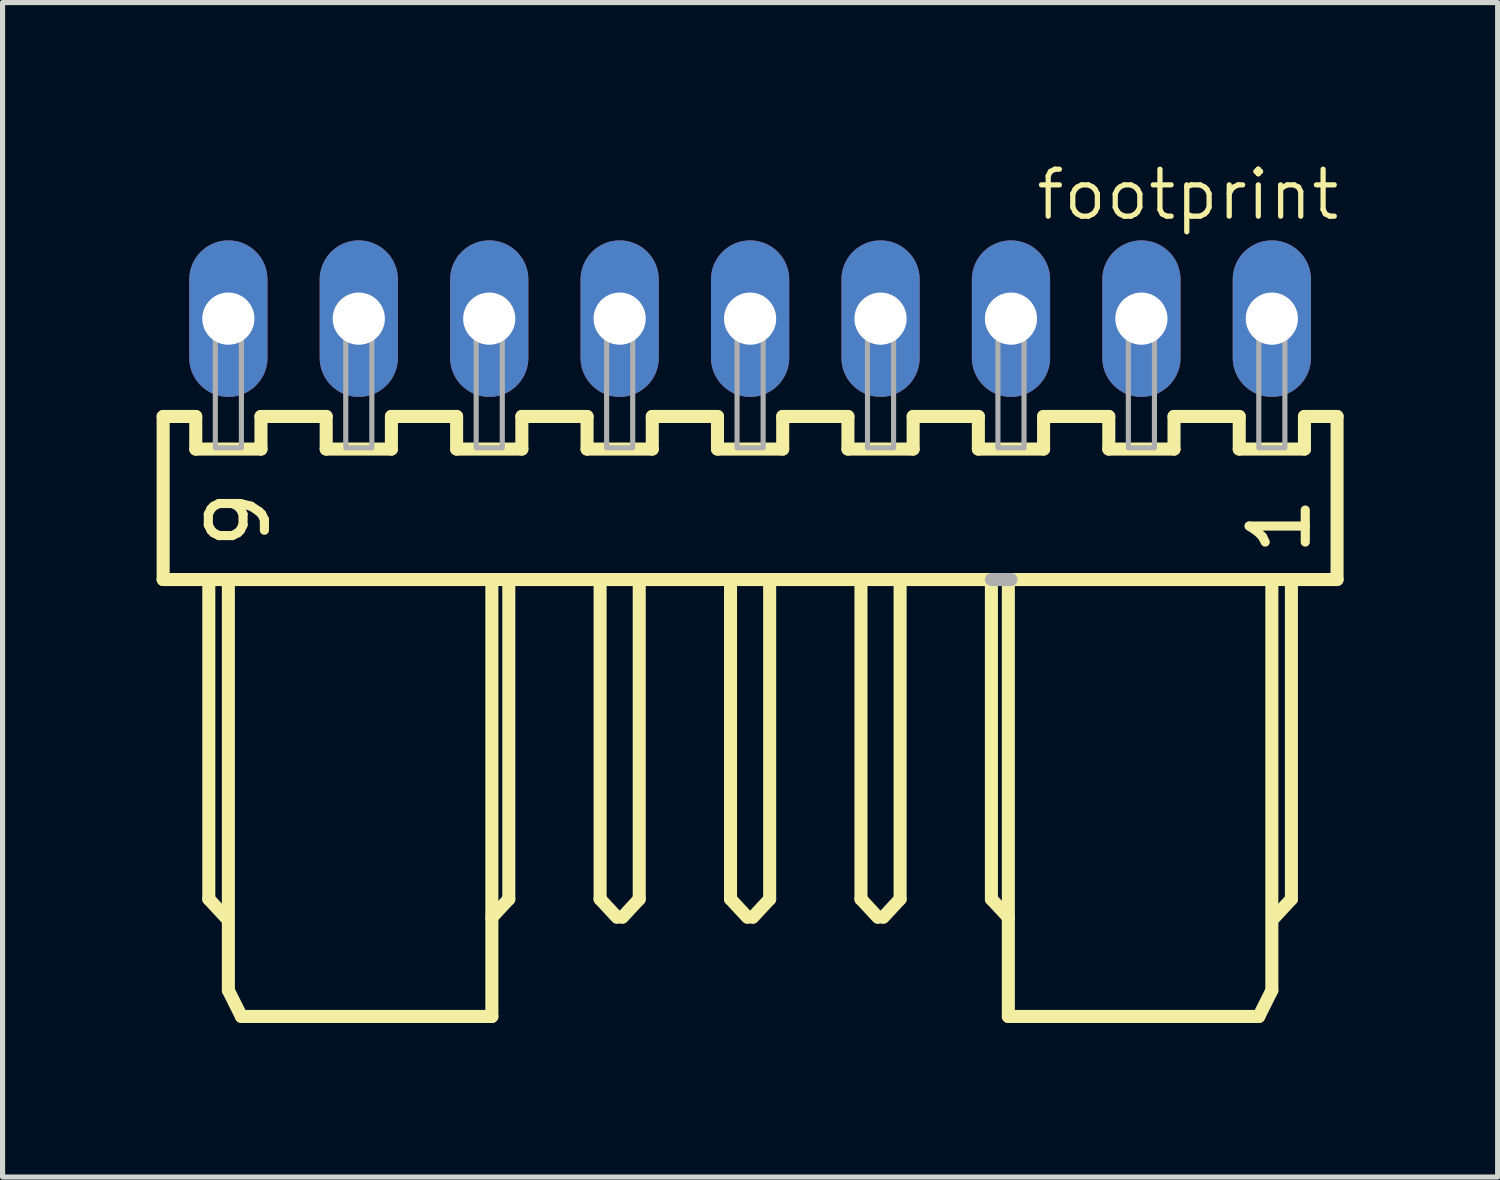
<source format=kicad_pcb>
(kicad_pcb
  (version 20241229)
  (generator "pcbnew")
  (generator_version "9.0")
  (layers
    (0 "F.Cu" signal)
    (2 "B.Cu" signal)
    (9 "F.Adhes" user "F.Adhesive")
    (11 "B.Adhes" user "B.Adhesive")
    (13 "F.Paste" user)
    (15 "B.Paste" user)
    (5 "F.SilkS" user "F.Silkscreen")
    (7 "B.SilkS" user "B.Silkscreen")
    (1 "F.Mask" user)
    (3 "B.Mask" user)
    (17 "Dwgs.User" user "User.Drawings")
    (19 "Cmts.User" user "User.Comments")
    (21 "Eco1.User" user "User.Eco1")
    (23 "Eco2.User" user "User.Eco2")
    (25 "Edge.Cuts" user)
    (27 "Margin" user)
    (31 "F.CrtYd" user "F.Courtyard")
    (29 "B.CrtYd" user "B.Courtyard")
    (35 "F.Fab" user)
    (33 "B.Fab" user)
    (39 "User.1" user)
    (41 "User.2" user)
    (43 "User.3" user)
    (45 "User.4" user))
  (footprint "footprint"
    (layer "F.Cu")
    (at 11.557 3.155)
    (property "Reference" "footprint" (at 11.53 -2.948 0) (layer "F.SilkS") (effects (font (size 0.914 0.914) (thickness 0.102)) (justify right top)))
    (fp_line (start -11.43 1.905) (end -11.43 5.08) (stroke (width 0.254) (type solid)) (layer "F.SilkS"))
    (fp_line (start -11.43 5.08) (end -10.541 5.08) (stroke (width 0.254) (type solid)) (layer "F.SilkS"))
    (fp_line (start -10.795 1.905) (end -11.43 1.905) (stroke (width 0.254) (type solid)) (layer "F.SilkS"))
    (fp_line (start -10.795 2.54) (end -10.795 1.905) (stroke (width 0.254) (type solid)) (layer "F.SilkS"))
    (fp_line (start -10.541 5.08) (end -10.541 11.303) (stroke (width 0.254) (type solid)) (layer "F.SilkS"))
    (fp_line (start -10.541 5.08) (end -2.921 5.08) (stroke (width 0.254) (type solid)) (layer "F.SilkS"))
    (fp_line (start -10.541 11.303) (end -10.211 11.659) (stroke (width 0.254) (type solid)) (layer "F.SilkS"))
    (fp_line (start -10.16 5.08) (end -10.16 13.081) (stroke (width 0.254) (type solid)) (layer "F.SilkS"))
    (fp_line (start -10.16 13.081) (end -9.906 13.589) (stroke (width 0.254) (type solid)) (layer "F.SilkS"))
    (fp_line (start -9.906 13.589) (end -5.029 13.589) (stroke (width 0.254) (type solid)) (layer "F.SilkS"))
    (fp_line (start -9.525 1.905) (end -9.525 2.54) (stroke (width 0.254) (type solid)) (layer "F.SilkS"))
    (fp_line (start -9.525 2.54) (end -10.795 2.54) (stroke (width 0.254) (type solid)) (layer "F.SilkS"))
    (fp_line (start -8.255 1.905) (end -9.525 1.905) (stroke (width 0.254) (type solid)) (layer "F.SilkS"))
    (fp_line (start -8.255 2.54) (end -8.255 1.905) (stroke (width 0.254) (type solid)) (layer "F.SilkS"))
    (fp_line (start -6.985 1.905) (end -6.985 2.54) (stroke (width 0.254) (type solid)) (layer "F.SilkS"))
    (fp_line (start -6.985 2.54) (end -8.255 2.54) (stroke (width 0.254) (type solid)) (layer "F.SilkS"))
    (fp_line (start -5.715 1.905) (end -6.985 1.905) (stroke (width 0.254) (type solid)) (layer "F.SilkS"))
    (fp_line (start -5.715 2.54) (end -5.715 1.905) (stroke (width 0.254) (type solid)) (layer "F.SilkS"))
    (fp_line (start -5.029 13.589) (end -5.029 5.08) (stroke (width 0.254) (type solid)) (layer "F.SilkS"))
    (fp_line (start -4.699 5.08) (end -4.699 11.303) (stroke (width 0.254) (type solid)) (layer "F.SilkS"))
    (fp_line (start -4.699 11.303) (end -5.029 11.659) (stroke (width 0.254) (type solid)) (layer "F.SilkS"))
    (fp_line (start -4.445 1.905) (end -4.445 2.54) (stroke (width 0.254) (type solid)) (layer "F.SilkS"))
    (fp_line (start -4.445 2.54) (end -5.715 2.54) (stroke (width 0.254) (type solid)) (layer "F.SilkS"))
    (fp_line (start -3.175 1.905) (end -4.445 1.905) (stroke (width 0.254) (type solid)) (layer "F.SilkS"))
    (fp_line (start -3.175 2.54) (end -3.175 1.905) (stroke (width 0.254) (type solid)) (layer "F.SilkS"))
    (fp_line (start -2.921 5.08) (end -2.921 11.303) (stroke (width 0.254) (type solid)) (layer "F.SilkS"))
    (fp_line (start -2.921 5.08) (end -0.381 5.08) (stroke (width 0.254) (type solid)) (layer "F.SilkS"))
    (fp_line (start -2.921 11.303) (end -2.591 11.659) (stroke (width 0.254) (type solid)) (layer "F.SilkS"))
    (fp_line (start -2.159 5.08) (end -2.159 11.303) (stroke (width 0.254) (type solid)) (layer "F.SilkS"))
    (fp_line (start -2.159 11.303) (end -2.489 11.659) (stroke (width 0.254) (type solid)) (layer "F.SilkS"))
    (fp_line (start -1.905 1.905) (end -1.905 2.54) (stroke (width 0.254) (type solid)) (layer "F.SilkS"))
    (fp_line (start -1.905 2.54) (end -3.175 2.54) (stroke (width 0.254) (type solid)) (layer "F.SilkS"))
    (fp_line (start -0.635 1.905) (end -1.905 1.905) (stroke (width 0.254) (type solid)) (layer "F.SilkS"))
    (fp_line (start -0.635 2.54) (end -0.635 1.905) (stroke (width 0.254) (type solid)) (layer "F.SilkS"))
    (fp_line (start -0.381 5.08) (end -0.381 11.303) (stroke (width 0.254) (type solid)) (layer "F.SilkS"))
    (fp_line (start -0.381 5.08) (end 2.159 5.08) (stroke (width 0.254) (type solid)) (layer "F.SilkS"))
    (fp_line (start -0.381 11.303) (end -0.051 11.659) (stroke (width 0.254) (type solid)) (layer "F.SilkS"))
    (fp_line (start 0.381 5.08) (end 0.381 11.303) (stroke (width 0.254) (type solid)) (layer "F.SilkS"))
    (fp_line (start 0.381 11.303) (end 0.051 11.659) (stroke (width 0.254) (type solid)) (layer "F.SilkS"))
    (fp_line (start 0.635 1.905) (end 0.635 2.54) (stroke (width 0.254) (type solid)) (layer "F.SilkS"))
    (fp_line (start 0.635 2.54) (end -0.635 2.54) (stroke (width 0.254) (type solid)) (layer "F.SilkS"))
    (fp_line (start 1.905 1.905) (end 0.635 1.905) (stroke (width 0.254) (type solid)) (layer "F.SilkS"))
    (fp_line (start 1.905 2.54) (end 1.905 1.905) (stroke (width 0.254) (type solid)) (layer "F.SilkS"))
    (fp_line (start 2.159 5.08) (end 2.159 11.303) (stroke (width 0.254) (type solid)) (layer "F.SilkS"))
    (fp_line (start 2.159 5.08) (end 4.699 5.08) (stroke (width 0.254) (type solid)) (layer "F.SilkS"))
    (fp_line (start 2.159 11.303) (end 2.489 11.659) (stroke (width 0.254) (type solid)) (layer "F.SilkS"))
    (fp_line (start 2.921 5.08) (end 2.921 11.303) (stroke (width 0.254) (type solid)) (layer "F.SilkS"))
    (fp_line (start 2.921 11.303) (end 2.591 11.659) (stroke (width 0.254) (type solid)) (layer "F.SilkS"))
    (fp_line (start 3.175 1.905) (end 3.175 2.54) (stroke (width 0.254) (type solid)) (layer "F.SilkS"))
    (fp_line (start 3.175 2.54) (end 1.905 2.54) (stroke (width 0.254) (type solid)) (layer "F.SilkS"))
    (fp_line (start 4.445 1.905) (end 3.175 1.905) (stroke (width 0.254) (type solid)) (layer "F.SilkS"))
    (fp_line (start 4.445 2.54) (end 4.445 1.905) (stroke (width 0.254) (type solid)) (layer "F.SilkS"))
    (fp_line (start 4.699 5.08) (end 4.699 11.303) (stroke (width 0.254) (type solid)) (layer "F.SilkS"))
    (fp_line (start 4.699 5.08) (end 5.029 5.08) (stroke (width 0.127) (type solid)) (layer "F.SilkS"))
    (fp_line (start 4.699 11.303) (end 5.029 11.659) (stroke (width 0.254) (type solid)) (layer "F.SilkS"))
    (fp_line (start 5.029 5.08) (end 10.16 5.08) (stroke (width 0.254) (type solid)) (layer "F.SilkS"))
    (fp_line (start 5.029 11.659) (end 5.029 5.08) (stroke (width 0.254) (type solid)) (layer "F.SilkS"))
    (fp_line (start 5.029 13.589) (end 5.029 11.659) (stroke (width 0.254) (type solid)) (layer "F.SilkS"))
    (fp_line (start 5.715 1.905) (end 5.715 2.54) (stroke (width 0.254) (type solid)) (layer "F.SilkS"))
    (fp_line (start 5.715 2.54) (end 4.445 2.54) (stroke (width 0.254) (type solid)) (layer "F.SilkS"))
    (fp_line (start 6.985 1.905) (end 5.715 1.905) (stroke (width 0.254) (type solid)) (layer "F.SilkS"))
    (fp_line (start 6.985 2.54) (end 6.985 1.905) (stroke (width 0.254) (type solid)) (layer "F.SilkS"))
    (fp_line (start 8.255 1.905) (end 8.255 2.54) (stroke (width 0.254) (type solid)) (layer "F.SilkS"))
    (fp_line (start 8.255 2.54) (end 6.985 2.54) (stroke (width 0.254) (type solid)) (layer "F.SilkS"))
    (fp_line (start 9.525 1.905) (end 8.255 1.905) (stroke (width 0.254) (type solid)) (layer "F.SilkS"))
    (fp_line (start 9.525 2.54) (end 9.525 1.905) (stroke (width 0.254) (type solid)) (layer "F.SilkS"))
    (fp_line (start 9.906 13.589) (end 5.029 13.589) (stroke (width 0.254) (type solid)) (layer "F.SilkS"))
    (fp_line (start 10.16 5.08) (end 10.16 13.081) (stroke (width 0.254) (type solid)) (layer "F.SilkS"))
    (fp_line (start 10.16 5.08) (end 11.43 5.08) (stroke (width 0.254) (type solid)) (layer "F.SilkS"))
    (fp_line (start 10.16 13.081) (end 9.906 13.589) (stroke (width 0.254) (type solid)) (layer "F.SilkS"))
    (fp_line (start 10.541 5.08) (end 10.541 11.303) (stroke (width 0.254) (type solid)) (layer "F.SilkS"))
    (fp_line (start 10.541 11.303) (end 10.211 11.659) (stroke (width 0.254) (type solid)) (layer "F.SilkS"))
    (fp_line (start 10.795 1.905) (end 10.795 2.54) (stroke (width 0.254) (type solid)) (layer "F.SilkS"))
    (fp_line (start 10.795 2.54) (end 9.525 2.54) (stroke (width 0.254) (type solid)) (layer "F.SilkS"))
    (fp_line (start 11.43 1.905) (end 10.795 1.905) (stroke (width 0.254) (type solid)) (layer "F.SilkS"))
    (fp_line (start 11.43 5.08) (end 11.43 1.905) (stroke (width 0.254) (type solid)) (layer "F.SilkS"))
    (fp_line (start 5.08 5.08) (end 4.699 5.08) (stroke (width 0.254) (type solid)) (layer "F.Fab"))
    (fp_poly (pts (xy -10.414 0.254) (xy -9.906 0.254) (xy -9.906 -0.254) (xy -10.414 -0.254)) (stroke (width 0.1) (type solid)) (fill no) (layer "F.Fab"))
    (fp_poly (pts (xy -10.414 2.515) (xy -9.906 2.515) (xy -9.906 0.279) (xy -10.414 0.279)) (stroke (width 0.1) (type solid)) (fill no) (layer "F.Fab"))
    (fp_poly (pts (xy -7.874 0.254) (xy -7.366 0.254) (xy -7.366 -0.254) (xy -7.874 -0.254)) (stroke (width 0.1) (type solid)) (fill no) (layer "F.Fab"))
    (fp_poly (pts (xy -7.874 2.515) (xy -7.366 2.515) (xy -7.366 0.279) (xy -7.874 0.279)) (stroke (width 0.1) (type solid)) (fill no) (layer "F.Fab"))
    (fp_poly (pts (xy -5.334 0.254) (xy -4.826 0.254) (xy -4.826 -0.254) (xy -5.334 -0.254)) (stroke (width 0.1) (type solid)) (fill no) (layer "F.Fab"))
    (fp_poly (pts (xy -5.334 2.515) (xy -4.826 2.515) (xy -4.826 0.279) (xy -5.334 0.279)) (stroke (width 0.1) (type solid)) (fill no) (layer "F.Fab"))
    (fp_poly (pts (xy -2.794 0.254) (xy -2.286 0.254) (xy -2.286 -0.254) (xy -2.794 -0.254)) (stroke (width 0.1) (type solid)) (fill no) (layer "F.Fab"))
    (fp_poly (pts (xy -2.794 2.515) (xy -2.286 2.515) (xy -2.286 0.279) (xy -2.794 0.279)) (stroke (width 0.1) (type solid)) (fill no) (layer "F.Fab"))
    (fp_poly (pts (xy -0.254 0.254) (xy 0.254 0.254) (xy 0.254 -0.254) (xy -0.254 -0.254)) (stroke (width 0.1) (type solid)) (fill no) (layer "F.Fab"))
    (fp_poly (pts (xy -0.254 2.515) (xy 0.254 2.515) (xy 0.254 0.279) (xy -0.254 0.279)) (stroke (width 0.1) (type solid)) (fill no) (layer "F.Fab"))
    (fp_poly (pts (xy 2.286 0.254) (xy 2.794 0.254) (xy 2.794 -0.254) (xy 2.286 -0.254)) (stroke (width 0.1) (type solid)) (fill no) (layer "F.Fab"))
    (fp_poly (pts (xy 2.286 2.515) (xy 2.794 2.515) (xy 2.794 0.279) (xy 2.286 0.279)) (stroke (width 0.1) (type solid)) (fill no) (layer "F.Fab"))
    (fp_poly (pts (xy 4.826 0.254) (xy 5.334 0.254) (xy 5.334 -0.254) (xy 4.826 -0.254)) (stroke (width 0.1) (type solid)) (fill no) (layer "F.Fab"))
    (fp_poly (pts (xy 4.826 2.515) (xy 5.334 2.515) (xy 5.334 0.279) (xy 4.826 0.279)) (stroke (width 0.1) (type solid)) (fill no) (layer "F.Fab"))
    (fp_poly (pts (xy 7.366 0.254) (xy 7.874 0.254) (xy 7.874 -0.254) (xy 7.366 -0.254)) (stroke (width 0.1) (type solid)) (fill no) (layer "F.Fab"))
    (fp_poly (pts (xy 7.366 2.515) (xy 7.874 2.515) (xy 7.874 0.279) (xy 7.366 0.279)) (stroke (width 0.1) (type solid)) (fill no) (layer "F.Fab"))
    (fp_poly (pts (xy 9.906 0.254) (xy 10.414 0.254) (xy 10.414 -0.254) (xy 9.906 -0.254)) (stroke (width 0.1) (type solid)) (fill no) (layer "F.Fab"))
    (fp_poly (pts (xy 9.906 2.515) (xy 10.414 2.515) (xy 10.414 0.279) (xy 9.906 0.279)) (stroke (width 0.1) (type solid)) (fill no) (layer "F.Fab"))
    (fp_text user "9" (at -10.593 3.275 90) (layer "F.SilkS") (effects (font (size 1.092 1.092) (thickness 0.178)) (justify right top)))
    (fp_text user "1" (at 9.676 3.402 90) (layer "F.SilkS") (effects (font (size 1.092 1.092) (thickness 0.178)) (justify right top)))
    (pad "1" thru_hole oval (at 10.16 0 90) (size 3.048 1.524) (drill 1.016) (layers "*.Cu" "*.Mask"))
    (pad "2" thru_hole oval (at 7.62 0 90) (size 3.048 1.524) (drill 1.016) (layers "*.Cu" "*.Mask"))
    (pad "3" thru_hole oval (at 5.08 0 90) (size 3.048 1.524) (drill 1.016) (layers "*.Cu" "*.Mask"))
    (pad "4" thru_hole oval (at 2.54 0 90) (size 3.048 1.524) (drill 1.016) (layers "*.Cu" "*.Mask"))
    (pad "5" thru_hole oval (at 0 0 90) (size 3.048 1.524) (drill 1.016) (layers "*.Cu" "*.Mask"))
    (pad "6" thru_hole oval (at -2.54 0 90) (size 3.048 1.524) (drill 1.016) (layers "*.Cu" "*.Mask"))
    (pad "7" thru_hole oval (at -5.08 0 90) (size 3.048 1.524) (drill 1.016) (layers "*.Cu" "*.Mask"))
    (pad "8" thru_hole oval (at -7.62 0 90) (size 3.048 1.524) (drill 1.016) (layers "*.Cu" "*.Mask"))
    (pad "9" thru_hole oval (at -10.16 0 90) (size 3.048 1.524) (drill 1.016) (layers "*.Cu" "*.Mask")))
  (gr_rect
    (start -3 -3)
    (end 26.114 19.871)
    (stroke (width 0.1) (type default))
    (fill no)
    (layer "Edge.Cuts")))
</source>
